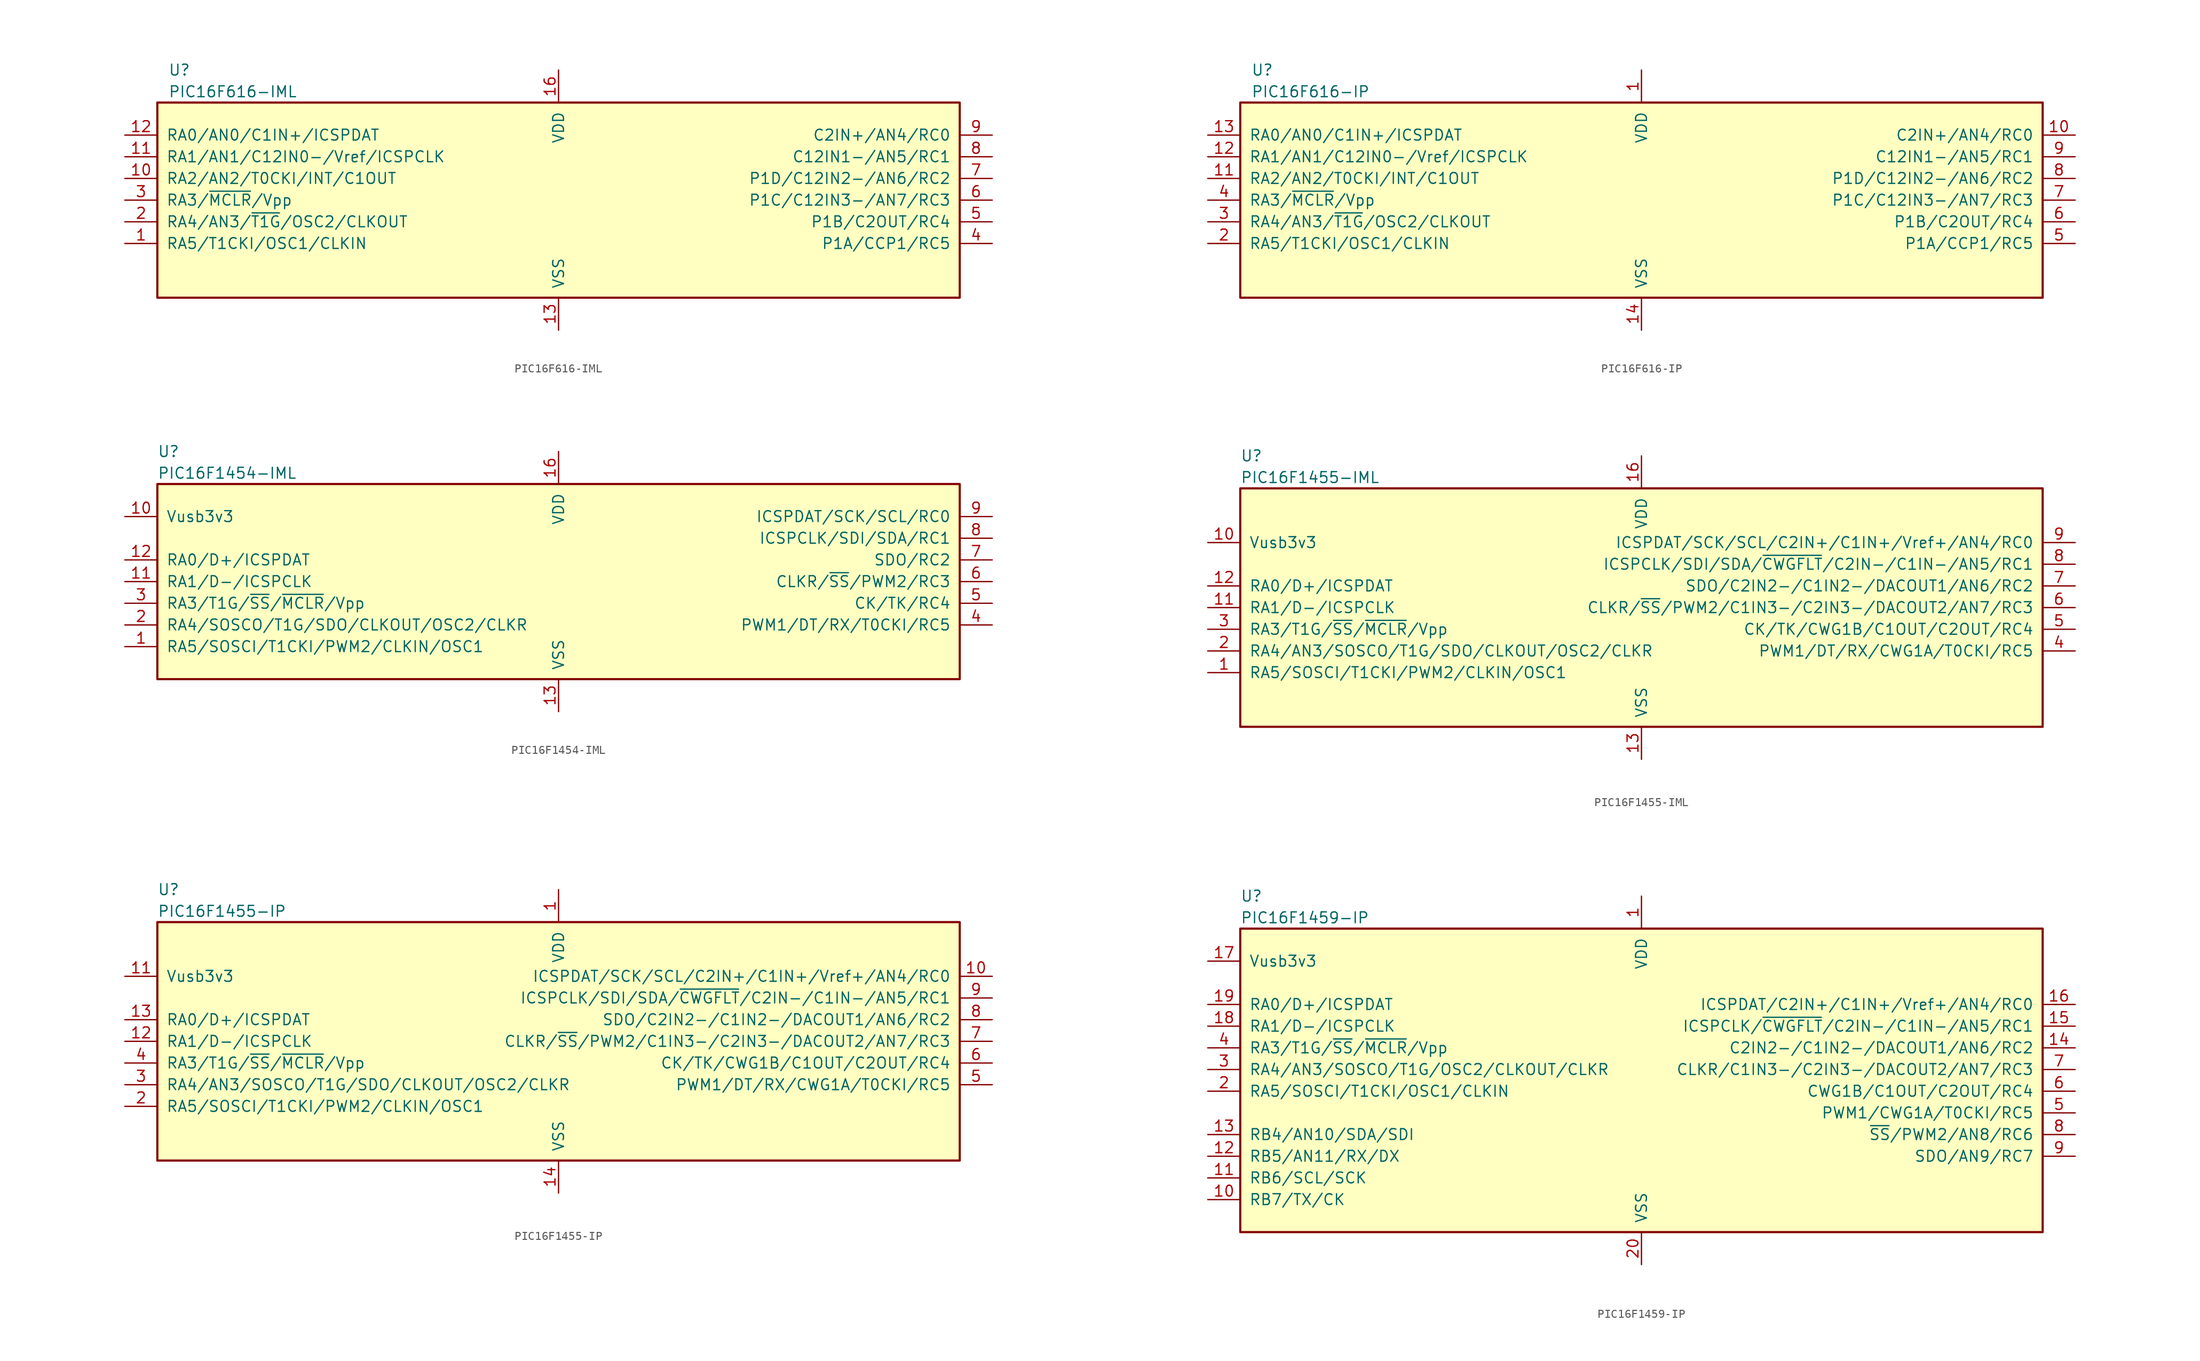
<source format=kicad_sym>
(kicad_symbol_lib
  (version 20201005)
  (generator kicad_symbol_editor)
  (symbol "PIC16F616-IML"
    (pin_names
      (offset 1.016))
    (property "Reference" "U"
      (at -45.72 15.24 0)
      (effects (font (size 1.27 1.27)) (justify left)))
    (property "Value" "PIC16F616-IML"
      (at -45.72 12.7 0)
      (effects (font (size 1.27 1.27)) (justify left)))
    (symbol "PIC16F616-IML_0_1"
      (rectangle (start -46.99 11.43) (end 46.99 -11.43) (stroke (width 0.254)) (fill (type background)))
      (pin bidirectional line (at -50.8 -5.08 0) (length 3.81) (name "RA5/T1CKI/OSC1/CLKIN" (effects (font (size 1.27 1.27)))) (number "1" (effects (font (size 1.27 1.27))))))
    (symbol "PIC16F616-IML_1_1"
      (pin bidirectional line (at -50.8 2.54 0) (length 3.81) (name "RA2/AN2/T0CKI/INT/C1OUT" (effects (font (size 1.27 1.27)))) (number "10" (effects (font (size 1.27 1.27)))))
      (pin bidirectional line (at -50.8 5.08 0) (length 3.81) (name "RA1/AN1/C12IN0-/Vref/ICSPCLK" (effects (font (size 1.27 1.27)))) (number "11" (effects (font (size 1.27 1.27)))))
      (pin bidirectional line (at -50.8 7.62 0) (length 3.81) (name "RA0/AN0/C1IN+/ICSPDAT" (effects (font (size 1.27 1.27)))) (number "12" (effects (font (size 1.27 1.27)))))
      (pin power_in line (at 0 -15.24 90) (length 3.81) (name "VSS" (effects (font (size 1.27 1.27)))) (number "13" (effects (font (size 1.27 1.27)))))
      (pin power_in line (at 0 15.24 270) (length 3.81) (name "VDD" (effects (font (size 1.27 1.27)))) (number "16" (effects (font (size 1.27 1.27)))))
      (pin bidirectional line (at -50.8 -2.54 0) (length 3.81) (name "RA4/AN3/~T1G~/OSC2/CLKOUT" (effects (font (size 1.27 1.27)))) (number "2" (effects (font (size 1.27 1.27)))))
      (pin input line (at -50.8 0 0) (length 3.81) (name "RA3/~MCLR~/Vpp" (effects (font (size 1.27 1.27)))) (number "3" (effects (font (size 1.27 1.27)))))
      (pin bidirectional line (at 50.8 -5.08 180) (length 3.81) (name "P1A/CCP1/RC5" (effects (font (size 1.27 1.27)))) (number "4" (effects (font (size 1.27 1.27)))))
      (pin bidirectional line (at 50.8 -2.54 180) (length 3.81) (name "P1B/C2OUT/RC4" (effects (font (size 1.27 1.27)))) (number "5" (effects (font (size 1.27 1.27)))))
      (pin bidirectional line (at 50.8 0 180) (length 3.81) (name "P1C/C12IN3-/AN7/RC3" (effects (font (size 1.27 1.27)))) (number "6" (effects (font (size 1.27 1.27)))))
      (pin bidirectional line (at 50.8 2.54 180) (length 3.81) (name "P1D/C12IN2-/AN6/RC2" (effects (font (size 1.27 1.27)))) (number "7" (effects (font (size 1.27 1.27)))))
      (pin bidirectional line (at 50.8 5.08 180) (length 3.81) (name "C12IN1-/AN5/RC1" (effects (font (size 1.27 1.27)))) (number "8" (effects (font (size 1.27 1.27)))))
      (pin bidirectional line (at 50.8 7.62 180) (length 3.81) (name "C2IN+/AN4/RC0" (effects (font (size 1.27 1.27)))) (number "9" (effects (font (size 1.27 1.27)))))))
  (symbol "PIC16F616-IP"
    (pin_names
      (offset 1.016))
    (property "Reference" "U"
      (at -45.72 15.24 0)
      (effects (font (size 1.27 1.27)) (justify left)))
    (property "Value" "PIC16F616-IP"
      (at -45.72 12.7 0)
      (effects (font (size 1.27 1.27)) (justify left)))
    (symbol "PIC16F616-IP_0_1"
      (rectangle (start -46.99 11.43) (end 46.99 -11.43) (stroke (width 0.254)) (fill (type background))))
    (symbol "PIC16F616-IP_1_1"
      (pin power_in line (at 0 15.24 270) (length 3.81) (name "VDD" (effects (font (size 1.27 1.27)))) (number "1" (effects (font (size 1.27 1.27)))))
      (pin bidirectional line (at 50.8 7.62 180) (length 3.81) (name "C2IN+/AN4/RC0" (effects (font (size 1.27 1.27)))) (number "10" (effects (font (size 1.27 1.27)))))
      (pin bidirectional line (at -50.8 2.54 0) (length 3.81) (name "RA2/AN2/T0CKI/INT/C1OUT" (effects (font (size 1.27 1.27)))) (number "11" (effects (font (size 1.27 1.27)))))
      (pin bidirectional line (at -50.8 5.08 0) (length 3.81) (name "RA1/AN1/C12IN0-/Vref/ICSPCLK" (effects (font (size 1.27 1.27)))) (number "12" (effects (font (size 1.27 1.27)))))
      (pin bidirectional line (at -50.8 7.62 0) (length 3.81) (name "RA0/AN0/C1IN+/ICSPDAT" (effects (font (size 1.27 1.27)))) (number "13" (effects (font (size 1.27 1.27)))))
      (pin power_in line (at 0 -15.24 90) (length 3.81) (name "VSS" (effects (font (size 1.27 1.27)))) (number "14" (effects (font (size 1.27 1.27)))))
      (pin bidirectional line (at -50.8 -5.08 0) (length 3.81) (name "RA5/T1CKI/OSC1/CLKIN" (effects (font (size 1.27 1.27)))) (number "2" (effects (font (size 1.27 1.27)))))
      (pin bidirectional line (at -50.8 -2.54 0) (length 3.81) (name "RA4/AN3/~T1G~/OSC2/CLKOUT" (effects (font (size 1.27 1.27)))) (number "3" (effects (font (size 1.27 1.27)))))
      (pin input line (at -50.8 0 0) (length 3.81) (name "RA3/~MCLR~/Vpp" (effects (font (size 1.27 1.27)))) (number "4" (effects (font (size 1.27 1.27)))))
      (pin bidirectional line (at 50.8 -5.08 180) (length 3.81) (name "P1A/CCP1/RC5" (effects (font (size 1.27 1.27)))) (number "5" (effects (font (size 1.27 1.27)))))
      (pin bidirectional line (at 50.8 -2.54 180) (length 3.81) (name "P1B/C2OUT/RC4" (effects (font (size 1.27 1.27)))) (number "6" (effects (font (size 1.27 1.27)))))
      (pin bidirectional line (at 50.8 0 180) (length 3.81) (name "P1C/C12IN3-/AN7/RC3" (effects (font (size 1.27 1.27)))) (number "7" (effects (font (size 1.27 1.27)))))
      (pin bidirectional line (at 50.8 2.54 180) (length 3.81) (name "P1D/C12IN2-/AN6/RC2" (effects (font (size 1.27 1.27)))) (number "8" (effects (font (size 1.27 1.27)))))
      (pin bidirectional line (at 50.8 5.08 180) (length 3.81) (name "C12IN1-/AN5/RC1" (effects (font (size 1.27 1.27)))) (number "9" (effects (font (size 1.27 1.27)))))))
  (symbol "PIC16F1454-IML"
    (pin_names
      (offset 1.016))
    (property "Reference" "U"
      (at -46.99 15.24 0)
      (effects (font (size 1.27 1.27)) (justify left)))
    (property "Value" "PIC16F1454-IML"
      (at -46.99 12.7 0)
      (effects (font (size 1.27 1.27)) (justify left)))
    (symbol "PIC16F1454-IML_0_1"
      (rectangle (start -46.99 11.43) (end 46.99 -11.43) (stroke (width 0.254)) (fill (type background))))
    (symbol "PIC16F1454-IML_1_1"
      (pin bidirectional line (at -50.8 -7.62 0) (length 3.81) (name "RA5/SOSCI/T1CKI/PWM2/CLKIN/OSC1" (effects (font (size 1.27 1.27)))) (number "1" (effects (font (size 1.27 1.27)))))
      (pin bidirectional line (at -50.8 7.62 0) (length 3.81) (name "Vusb3v3" (effects (font (size 1.27 1.27)))) (number "10" (effects (font (size 1.27 1.27)))))
      (pin bidirectional line (at -50.8 0 0) (length 3.81) (name "RA1/D-/ICSPCLK" (effects (font (size 1.27 1.27)))) (number "11" (effects (font (size 1.27 1.27)))))
      (pin bidirectional line (at -50.8 2.54 0) (length 3.81) (name "RA0/D+/ICSPDAT" (effects (font (size 1.27 1.27)))) (number "12" (effects (font (size 1.27 1.27)))))
      (pin power_in line (at 0 -15.24 90) (length 3.81) (name "VSS" (effects (font (size 1.27 1.27)))) (number "13" (effects (font (size 1.27 1.27)))))
      (pin power_in line (at 0 15.24 270) (length 3.81) (name "VDD" (effects (font (size 1.27 1.27)))) (number "16" (effects (font (size 1.27 1.27)))))
      (pin bidirectional line (at -50.8 -5.08 0) (length 3.81) (name "RA4/SOSCO/T1G/SDO/CLKOUT/OSC2/CLKR" (effects (font (size 1.27 1.27)))) (number "2" (effects (font (size 1.27 1.27)))))
      (pin input line (at -50.8 -2.54 0) (length 3.81) (name "RA3/T1G/~SS~/~MCLR~/Vpp" (effects (font (size 1.27 1.27)))) (number "3" (effects (font (size 1.27 1.27)))))
      (pin bidirectional line (at 50.8 -5.08 180) (length 3.81) (name "PWM1/DT/RX/T0CKI/RC5" (effects (font (size 1.27 1.27)))) (number "4" (effects (font (size 1.27 1.27)))))
      (pin bidirectional line (at 50.8 -2.54 180) (length 3.81) (name "CK/TK/RC4" (effects (font (size 1.27 1.27)))) (number "5" (effects (font (size 1.27 1.27)))))
      (pin bidirectional line (at 50.8 0 180) (length 3.81) (name "CLKR/~SS~/PWM2/RC3" (effects (font (size 1.27 1.27)))) (number "6" (effects (font (size 1.27 1.27)))))
      (pin bidirectional line (at 50.8 2.54 180) (length 3.81) (name "SDO/RC2" (effects (font (size 1.27 1.27)))) (number "7" (effects (font (size 1.27 1.27)))))
      (pin bidirectional line (at 50.8 5.08 180) (length 3.81) (name "ICSPCLK/SDI/SDA/RC1" (effects (font (size 1.27 1.27)))) (number "8" (effects (font (size 1.27 1.27)))))
      (pin bidirectional line (at 50.8 7.62 180) (length 3.81) (name "ICSPDAT/SCK/SCL/RC0" (effects (font (size 1.27 1.27)))) (number "9" (effects (font (size 1.27 1.27)))))))
  (symbol "PIC16F1455-IML"
    (pin_names
      (offset 1.016))
    (property "Reference" "U"
      (at -46.99 17.78 0)
      (effects (font (size 1.27 1.27)) (justify left)))
    (property "Value" "PIC16F1455-IML"
      (at -46.99 15.24 0)
      (effects (font (size 1.27 1.27)) (justify left)))
    (symbol "PIC16F1455-IML_0_1"
      (rectangle (start -46.99 13.97) (end 46.99 -13.97) (stroke (width 0.254)) (fill (type background))))
    (symbol "PIC16F1455-IML_1_1"
      (pin bidirectional line (at -50.8 -7.62 0) (length 3.81) (name "RA5/SOSCI/T1CKI/PWM2/CLKIN/OSC1" (effects (font (size 1.27 1.27)))) (number "1" (effects (font (size 1.27 1.27)))))
      (pin bidirectional line (at -50.8 7.62 0) (length 3.81) (name "Vusb3v3" (effects (font (size 1.27 1.27)))) (number "10" (effects (font (size 1.27 1.27)))))
      (pin bidirectional line (at -50.8 0 0) (length 3.81) (name "RA1/D-/ICSPCLK" (effects (font (size 1.27 1.27)))) (number "11" (effects (font (size 1.27 1.27)))))
      (pin bidirectional line (at -50.8 2.54 0) (length 3.81) (name "RA0/D+/ICSPDAT" (effects (font (size 1.27 1.27)))) (number "12" (effects (font (size 1.27 1.27)))))
      (pin power_in line (at 0 -17.78 90) (length 3.81) (name "VSS" (effects (font (size 1.27 1.27)))) (number "13" (effects (font (size 1.27 1.27)))))
      (pin power_in line (at 0 17.78 270) (length 3.81) (name "VDD" (effects (font (size 1.27 1.27)))) (number "16" (effects (font (size 1.27 1.27)))))
      (pin bidirectional line (at -50.8 -5.08 0) (length 3.81) (name "RA4/AN3/SOSCO/T1G/SDO/CLKOUT/OSC2/CLKR" (effects (font (size 1.27 1.27)))) (number "2" (effects (font (size 1.27 1.27)))))
      (pin input line (at -50.8 -2.54 0) (length 3.81) (name "RA3/T1G/~SS~/~MCLR~/Vpp" (effects (font (size 1.27 1.27)))) (number "3" (effects (font (size 1.27 1.27)))))
      (pin bidirectional line (at 50.8 -5.08 180) (length 3.81) (name "PWM1/DT/RX/CWG1A/T0CKI/RC5" (effects (font (size 1.27 1.27)))) (number "4" (effects (font (size 1.27 1.27)))))
      (pin bidirectional line (at 50.8 -2.54 180) (length 3.81) (name "CK/TK/CWG1B/C1OUT/C2OUT/RC4" (effects (font (size 1.27 1.27)))) (number "5" (effects (font (size 1.27 1.27)))))
      (pin bidirectional line (at 50.8 0 180) (length 3.81) (name "CLKR/~SS~/PWM2/C1IN3-/C2IN3-/DACOUT2/AN7/RC3" (effects (font (size 1.27 1.27)))) (number "6" (effects (font (size 1.27 1.27)))))
      (pin bidirectional line (at 50.8 2.54 180) (length 3.81) (name "SDO/C2IN2-/C1IN2-/DACOUT1/AN6/RC2" (effects (font (size 1.27 1.27)))) (number "7" (effects (font (size 1.27 1.27)))))
      (pin bidirectional line (at 50.8 5.08 180) (length 3.81) (name "ICSPCLK/SDI/SDA/~CWGFLT~/C2IN-/C1IN-/AN5/RC1" (effects (font (size 1.27 1.27)))) (number "8" (effects (font (size 1.27 1.27)))))
      (pin bidirectional line (at 50.8 7.62 180) (length 3.81) (name "ICSPDAT/SCK/SCL/C2IN+/C1IN+/Vref+/AN4/RC0" (effects (font (size 1.27 1.27)))) (number "9" (effects (font (size 1.27 1.27)))))))
  (symbol "PIC16F1455-IP"
    (pin_names
      (offset 1.016))
    (property "Reference" "U"
      (at -46.99 17.78 0)
      (effects (font (size 1.27 1.27)) (justify left)))
    (property "Value" "PIC16F1455-IP"
      (at -46.99 15.24 0)
      (effects (font (size 1.27 1.27)) (justify left)))
    (symbol "PIC16F1455-IP_0_1"
      (rectangle (start -46.99 13.97) (end 46.99 -13.97) (stroke (width 0.254)) (fill (type background))))
    (symbol "PIC16F1455-IP_1_1"
      (pin power_in line (at 0 17.78 270) (length 3.81) (name "VDD" (effects (font (size 1.27 1.27)))) (number "1" (effects (font (size 1.27 1.27)))))
      (pin bidirectional line (at 50.8 7.62 180) (length 3.81) (name "ICSPDAT/SCK/SCL/C2IN+/C1IN+/Vref+/AN4/RC0" (effects (font (size 1.27 1.27)))) (number "10" (effects (font (size 1.27 1.27)))))
      (pin bidirectional line (at -50.8 7.62 0) (length 3.81) (name "Vusb3v3" (effects (font (size 1.27 1.27)))) (number "11" (effects (font (size 1.27 1.27)))))
      (pin bidirectional line (at -50.8 0 0) (length 3.81) (name "RA1/D-/ICSPCLK" (effects (font (size 1.27 1.27)))) (number "12" (effects (font (size 1.27 1.27)))))
      (pin bidirectional line (at -50.8 2.54 0) (length 3.81) (name "RA0/D+/ICSPDAT" (effects (font (size 1.27 1.27)))) (number "13" (effects (font (size 1.27 1.27)))))
      (pin power_in line (at 0 -17.78 90) (length 3.81) (name "VSS" (effects (font (size 1.27 1.27)))) (number "14" (effects (font (size 1.27 1.27)))))
      (pin bidirectional line (at -50.8 -7.62 0) (length 3.81) (name "RA5/SOSCI/T1CKI/PWM2/CLKIN/OSC1" (effects (font (size 1.27 1.27)))) (number "2" (effects (font (size 1.27 1.27)))))
      (pin bidirectional line (at -50.8 -5.08 0) (length 3.81) (name "RA4/AN3/SOSCO/T1G/SDO/CLKOUT/OSC2/CLKR" (effects (font (size 1.27 1.27)))) (number "3" (effects (font (size 1.27 1.27)))))
      (pin input line (at -50.8 -2.54 0) (length 3.81) (name "RA3/T1G/~SS~/~MCLR~/Vpp" (effects (font (size 1.27 1.27)))) (number "4" (effects (font (size 1.27 1.27)))))
      (pin bidirectional line (at 50.8 -5.08 180) (length 3.81) (name "PWM1/DT/RX/CWG1A/T0CKI/RC5" (effects (font (size 1.27 1.27)))) (number "5" (effects (font (size 1.27 1.27)))))
      (pin bidirectional line (at 50.8 -2.54 180) (length 3.81) (name "CK/TK/CWG1B/C1OUT/C2OUT/RC4" (effects (font (size 1.27 1.27)))) (number "6" (effects (font (size 1.27 1.27)))))
      (pin bidirectional line (at 50.8 0 180) (length 3.81) (name "CLKR/~SS~/PWM2/C1IN3-/C2IN3-/DACOUT2/AN7/RC3" (effects (font (size 1.27 1.27)))) (number "7" (effects (font (size 1.27 1.27)))))
      (pin bidirectional line (at 50.8 2.54 180) (length 3.81) (name "SDO/C2IN2-/C1IN2-/DACOUT1/AN6/RC2" (effects (font (size 1.27 1.27)))) (number "8" (effects (font (size 1.27 1.27)))))
      (pin bidirectional line (at 50.8 5.08 180) (length 3.81) (name "ICSPCLK/SDI/SDA/~CWGFLT~/C2IN-/C1IN-/AN5/RC1" (effects (font (size 1.27 1.27)))) (number "9" (effects (font (size 1.27 1.27)))))))
  (symbol "PIC16F1459-IP"
    (pin_names
      (offset 1.016))
    (property "Reference" "U"
      (at -46.99 17.78 0)
      (effects (font (size 1.27 1.27)) (justify left)))
    (property "Value" "PIC16F1459-IP"
      (at -46.99 15.24 0)
      (effects (font (size 1.27 1.27)) (justify left)))
    (symbol "PIC16F1459-IP_0_1"
      (rectangle (start -46.99 13.97) (end 46.99 -21.59) (stroke (width 0.254)) (fill (type background))))
    (symbol "PIC16F1459-IP_1_1"
      (pin power_in line (at 0 17.78 270) (length 3.81) (name "VDD" (effects (font (size 1.27 1.27)))) (number "1" (effects (font (size 1.27 1.27)))))
      (pin bidirectional line (at -50.8 -17.78 0) (length 3.81) (name "RB7/TX/CK" (effects (font (size 1.27 1.27)))) (number "10" (effects (font (size 1.27 1.27)))))
      (pin bidirectional line (at -50.8 -15.24 0) (length 3.81) (name "RB6/SCL/SCK" (effects (font (size 1.27 1.27)))) (number "11" (effects (font (size 1.27 1.27)))))
      (pin bidirectional line (at -50.8 -12.7 0) (length 3.81) (name "RB5/AN11/RX/DX" (effects (font (size 1.27 1.27)))) (number "12" (effects (font (size 1.27 1.27)))))
      (pin bidirectional line (at -50.8 -10.16 0) (length 3.81) (name "RB4/AN10/SDA/SDI" (effects (font (size 1.27 1.27)))) (number "13" (effects (font (size 1.27 1.27)))))
      (pin bidirectional line (at 50.8 0 180) (length 3.81) (name "C2IN2-/C1IN2-/DACOUT1/AN6/RC2" (effects (font (size 1.27 1.27)))) (number "14" (effects (font (size 1.27 1.27)))))
      (pin bidirectional line (at 50.8 2.54 180) (length 3.81) (name "ICSPCLK/~CWGFLT~/C2IN-/C1IN-/AN5/RC1" (effects (font (size 1.27 1.27)))) (number "15" (effects (font (size 1.27 1.27)))))
      (pin bidirectional line (at 50.8 5.08 180) (length 3.81) (name "ICSPDAT/C2IN+/C1IN+/Vref+/AN4/RC0" (effects (font (size 1.27 1.27)))) (number "16" (effects (font (size 1.27 1.27)))))
      (pin bidirectional line (at -50.8 10.16 0) (length 3.81) (name "Vusb3v3" (effects (font (size 1.27 1.27)))) (number "17" (effects (font (size 1.27 1.27)))))
      (pin bidirectional line (at -50.8 2.54 0) (length 3.81) (name "RA1/D-/ICSPCLK" (effects (font (size 1.27 1.27)))) (number "18" (effects (font (size 1.27 1.27)))))
      (pin bidirectional line (at -50.8 5.08 0) (length 3.81) (name "RA0/D+/ICSPDAT" (effects (font (size 1.27 1.27)))) (number "19" (effects (font (size 1.27 1.27)))))
      (pin bidirectional line (at -50.8 -5.08 0) (length 3.81) (name "RA5/SOSCI/T1CKI/OSC1/CLKIN" (effects (font (size 1.27 1.27)))) (number "2" (effects (font (size 1.27 1.27)))))
      (pin power_in line (at 0 -25.4 90) (length 3.81) (name "VSS" (effects (font (size 1.27 1.27)))) (number "20" (effects (font (size 1.27 1.27)))))
      (pin bidirectional line (at -50.8 -2.54 0) (length 3.81) (name "RA4/AN3/SOSCO/T1G/OSC2/CLKOUT/CLKR" (effects (font (size 1.27 1.27)))) (number "3" (effects (font (size 1.27 1.27)))))
      (pin input line (at -50.8 0 0) (length 3.81) (name "RA3/T1G/~SS~/~MCLR~/Vpp" (effects (font (size 1.27 1.27)))) (number "4" (effects (font (size 1.27 1.27)))))
      (pin bidirectional line (at 50.8 -7.62 180) (length 3.81) (name "PWM1/CWG1A/T0CKI/RC5" (effects (font (size 1.27 1.27)))) (number "5" (effects (font (size 1.27 1.27)))))
      (pin bidirectional line (at 50.8 -5.08 180) (length 3.81) (name "CWG1B/C1OUT/C2OUT/RC4" (effects (font (size 1.27 1.27)))) (number "6" (effects (font (size 1.27 1.27)))))
      (pin bidirectional line (at 50.8 -2.54 180) (length 3.81) (name "CLKR/C1IN3-/C2IN3-/DACOUT2/AN7/RC3" (effects (font (size 1.27 1.27)))) (number "7" (effects (font (size 1.27 1.27)))))
      (pin bidirectional line (at 50.8 -10.16 180) (length 3.81) (name "~SS~/PWM2/AN8/RC6" (effects (font (size 1.27 1.27)))) (number "8" (effects (font (size 1.27 1.27)))))
      (pin bidirectional line (at 50.8 -12.7 180) (length 3.81) (name "SDO/AN9/RC7" (effects (font (size 1.27 1.27)))) (number "9" (effects (font (size 1.27 1.27))))))))
</source>
